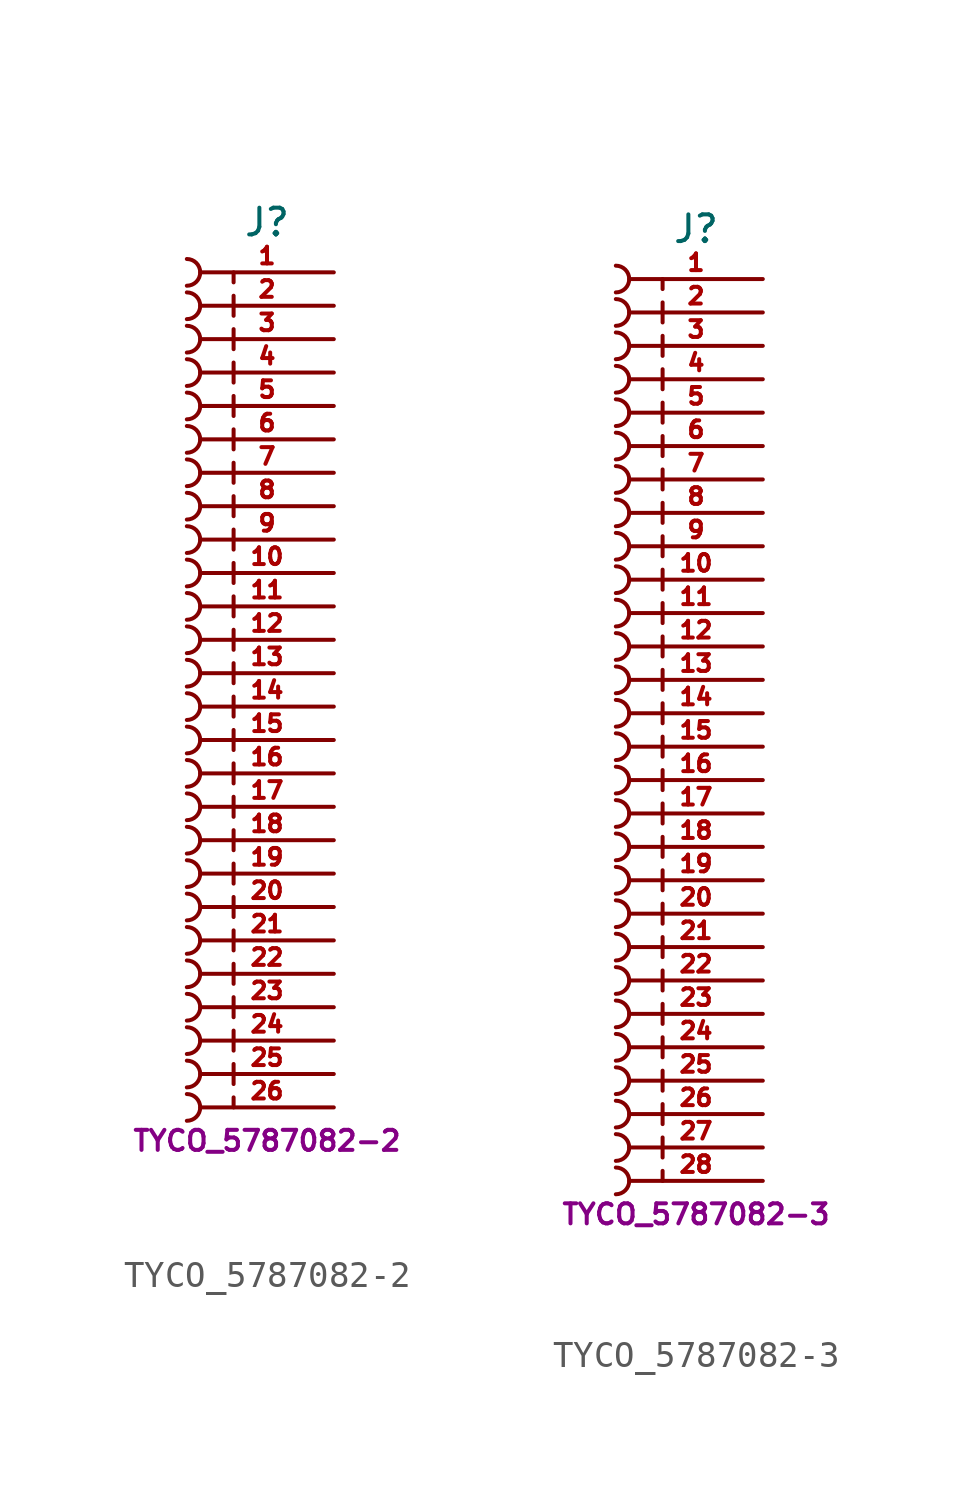
<source format=kicad_sym>
(kicad_symbol_lib
  (version 20211014)
  (generator kicad_symbol_editor)
  (symbol "TYCO_5787082-2"
    (pin_names
      (offset 2.54))
    (property "Reference" "J"
      (at 0 17.145 0)
      (effects (font (size 1.016 1.016))))
    (property "Footprint" ""
      (at 0 -3.81 0)
      (effects (font (size 1.524 1.524))))
    (property "Datasheet" ""
      (at 0 -3.81 0)
      (effects (font (size 1.524 1.524))))
    (property "Unit" "TYCO_5787082-2"
      (at 0 -17.78 0)
      (effects (font (size 0.762 0.762))))
    (symbol "TYCO_5787082-2_0_1"
      (arc (start -3.048 -17.018) (mid -2.54 -16.51) (end -3.048 -16.002) (stroke (width 0) (type default) (color 0 0 0 0)) (fill (type none)))
      (arc (start -3.048 -15.748) (mid -2.54 -15.24) (end -3.048 -14.732) (stroke (width 0) (type default) (color 0 0 0 0)) (fill (type none)))
      (arc (start -3.048 -14.478) (mid -2.54 -13.97) (end -3.048 -13.462) (stroke (width 0) (type default) (color 0 0 0 0)) (fill (type none)))
      (arc (start -3.048 -13.208) (mid -2.54 -12.7) (end -3.048 -12.192) (stroke (width 0) (type default) (color 0 0 0 0)) (fill (type none)))
      (arc (start -3.048 -11.938) (mid -2.54 -11.43) (end -3.048 -10.922) (stroke (width 0) (type default) (color 0 0 0 0)) (fill (type none)))
      (arc (start -3.048 -10.668) (mid -2.54 -10.16) (end -3.048 -9.652) (stroke (width 0) (type default) (color 0 0 0 0)) (fill (type none)))
      (arc (start -3.048 -9.398) (mid -2.54 -8.89) (end -3.048 -8.382) (stroke (width 0) (type default) (color 0 0 0 0)) (fill (type none)))
      (arc (start -3.048 -8.128) (mid -2.54 -7.62) (end -3.048 -7.112) (stroke (width 0) (type default) (color 0 0 0 0)) (fill (type none)))
      (arc (start -3.048 -6.858) (mid -2.54 -6.35) (end -3.048 -5.842) (stroke (width 0) (type default) (color 0 0 0 0)) (fill (type none)))
      (arc (start -3.048 -5.588) (mid -2.54 -5.08) (end -3.048 -4.572) (stroke (width 0) (type default) (color 0 0 0 0)) (fill (type none)))
      (arc (start -3.048 -4.318) (mid -2.54 -3.81) (end -3.048 -3.302) (stroke (width 0) (type default) (color 0 0 0 0)) (fill (type none)))
      (arc (start -3.048 -3.048) (mid -2.54 -2.54) (end -3.048 -2.032) (stroke (width 0) (type default) (color 0 0 0 0)) (fill (type none)))
      (arc (start -3.048 -1.778) (mid -2.54 -1.27) (end -3.048 -0.762) (stroke (width 0) (type default) (color 0 0 0 0)) (fill (type none)))
      (arc (start -3.048 -0.508) (mid -2.54 0) (end -3.048 0.508) (stroke (width 0) (type default) (color 0 0 0 0)) (fill (type none)))
      (arc (start -3.048 0.762) (mid -2.54 1.27) (end -3.048 1.778) (stroke (width 0) (type default) (color 0 0 0 0)) (fill (type none)))
      (arc (start -3.048 2.032) (mid -2.54 2.54) (end -3.048 3.048) (stroke (width 0) (type default) (color 0 0 0 0)) (fill (type none)))
      (arc (start -3.048 3.302) (mid -2.54 3.81) (end -3.048 4.318) (stroke (width 0) (type default) (color 0 0 0 0)) (fill (type none)))
      (arc (start -3.048 4.572) (mid -2.54 5.08) (end -3.048 5.588) (stroke (width 0) (type default) (color 0 0 0 0)) (fill (type none)))
      (arc (start -3.048 5.842) (mid -2.54 6.35) (end -3.048 6.858) (stroke (width 0) (type default) (color 0 0 0 0)) (fill (type none)))
      (arc (start -3.048 7.112) (mid -2.54 7.62) (end -3.048 8.128) (stroke (width 0) (type default) (color 0 0 0 0)) (fill (type none)))
      (arc (start -3.048 8.382) (mid -2.54 8.89) (end -3.048 9.398) (stroke (width 0) (type default) (color 0 0 0 0)) (fill (type none)))
      (arc (start -3.048 9.652) (mid -2.54 10.16) (end -3.048 10.668) (stroke (width 0) (type default) (color 0 0 0 0)) (fill (type none)))
      (arc (start -3.048 10.922) (mid -2.54 11.43) (end -3.048 11.938) (stroke (width 0) (type default) (color 0 0 0 0)) (fill (type none)))
      (arc (start -3.048 12.192) (mid -2.54 12.7) (end -3.048 13.208) (stroke (width 0) (type default) (color 0 0 0 0)) (fill (type none)))
      (arc (start -3.048 13.462) (mid -2.54 13.97) (end -3.048 14.478) (stroke (width 0) (type default) (color 0 0 0 0)) (fill (type none)))
      (arc (start -3.048 14.732) (mid -2.54 15.24) (end -3.048 15.748) (stroke (width 0) (type default) (color 0 0 0 0)) (fill (type none)))
      (polyline (pts (xy -1.27 -16.51) (xy -1.27 -16.129)) (stroke (width 0) (type default) (color 0 0 0 0)) (fill (type none)))
      (polyline (pts (xy -1.27 -15.621) (xy -1.27 -14.859)) (stroke (width 0) (type default) (color 0 0 0 0)) (fill (type none)))
      (polyline (pts (xy -1.27 -14.351) (xy -1.27 -13.589)) (stroke (width 0) (type default) (color 0 0 0 0)) (fill (type none)))
      (polyline (pts (xy -1.27 -13.081) (xy -1.27 -12.319)) (stroke (width 0) (type default) (color 0 0 0 0)) (fill (type none)))
      (polyline (pts (xy -1.27 -11.811) (xy -1.27 -11.049)) (stroke (width 0) (type default) (color 0 0 0 0)) (fill (type none)))
      (polyline (pts (xy -1.27 -10.541) (xy -1.27 -9.779)) (stroke (width 0) (type default) (color 0 0 0 0)) (fill (type none)))
      (polyline (pts (xy -1.27 -9.271) (xy -1.27 -8.509)) (stroke (width 0) (type default) (color 0 0 0 0)) (fill (type none)))
      (polyline (pts (xy -1.27 -8.001) (xy -1.27 -7.239)) (stroke (width 0) (type default) (color 0 0 0 0)) (fill (type none)))
      (polyline (pts (xy -1.27 -6.731) (xy -1.27 -5.969)) (stroke (width 0) (type default) (color 0 0 0 0)) (fill (type none)))
      (polyline (pts (xy -1.27 -5.461) (xy -1.27 -4.699)) (stroke (width 0) (type default) (color 0 0 0 0)) (fill (type none)))
      (polyline (pts (xy -1.27 -4.191) (xy -1.27 -3.429)) (stroke (width 0) (type default) (color 0 0 0 0)) (fill (type none)))
      (polyline (pts (xy -1.27 -2.921) (xy -1.27 -2.159)) (stroke (width 0) (type default) (color 0 0 0 0)) (fill (type none)))
      (polyline (pts (xy -1.27 -1.651) (xy -1.27 -0.889)) (stroke (width 0) (type default) (color 0 0 0 0)) (fill (type none)))
      (polyline (pts (xy -1.27 -0.381) (xy -1.27 0.381)) (stroke (width 0) (type default) (color 0 0 0 0)) (fill (type none)))
      (polyline (pts (xy -1.27 0.889) (xy -1.27 1.651)) (stroke (width 0) (type default) (color 0 0 0 0)) (fill (type none)))
      (polyline (pts (xy -1.27 2.159) (xy -1.27 2.921)) (stroke (width 0) (type default) (color 0 0 0 0)) (fill (type none)))
      (polyline (pts (xy -1.27 3.429) (xy -1.27 4.191)) (stroke (width 0) (type default) (color 0 0 0 0)) (fill (type none)))
      (polyline (pts (xy -1.27 4.699) (xy -1.27 5.461)) (stroke (width 0) (type default) (color 0 0 0 0)) (fill (type none)))
      (polyline (pts (xy -1.27 5.969) (xy -1.27 6.731)) (stroke (width 0) (type default) (color 0 0 0 0)) (fill (type none)))
      (polyline (pts (xy -1.27 7.239) (xy -1.27 8.001)) (stroke (width 0) (type default) (color 0 0 0 0)) (fill (type none)))
      (polyline (pts (xy -1.27 8.509) (xy -1.27 9.271)) (stroke (width 0) (type default) (color 0 0 0 0)) (fill (type none)))
      (polyline (pts (xy -1.27 9.779) (xy -1.27 10.541)) (stroke (width 0) (type default) (color 0 0 0 0)) (fill (type none)))
      (polyline (pts (xy -1.27 11.049) (xy -1.27 11.811)) (stroke (width 0) (type default) (color 0 0 0 0)) (fill (type none)))
      (polyline (pts (xy -1.27 12.319) (xy -1.27 13.081)) (stroke (width 0) (type default) (color 0 0 0 0)) (fill (type none)))
      (polyline (pts (xy -1.27 13.589) (xy -1.27 14.351)) (stroke (width 0) (type default) (color 0 0 0 0)) (fill (type none)))
      (polyline (pts (xy -1.27 15.24) (xy -1.27 14.859)) (stroke (width 0) (type default) (color 0 0 0 0)) (fill (type none))))
    (symbol "TYCO_5787082-2_1_1"
      (pin passive line (at 2.54 15.24 180) (length 5.08) (name "~" (effects (font (size 0.635 0.635)))) (number "1" (effects (font (size 0.635 0.635)))))
      (pin passive line (at 2.54 3.81 180) (length 5.08) (name "~" (effects (font (size 0.635 0.635)))) (number "10" (effects (font (size 0.635 0.635)))))
      (pin passive line (at 2.54 2.54 180) (length 5.08) (name "~" (effects (font (size 0.635 0.635)))) (number "11" (effects (font (size 0.635 0.635)))))
      (pin passive line (at 2.54 1.27 180) (length 5.08) (name "~" (effects (font (size 0.635 0.635)))) (number "12" (effects (font (size 0.635 0.635)))))
      (pin passive line (at 2.54 0 180) (length 5.08) (name "~" (effects (font (size 0.635 0.635)))) (number "13" (effects (font (size 0.635 0.635)))))
      (pin passive line (at 2.54 -1.27 180) (length 5.08) (name "~" (effects (font (size 0.635 0.635)))) (number "14" (effects (font (size 0.635 0.635)))))
      (pin passive line (at 2.54 -2.54 180) (length 5.08) (name "~" (effects (font (size 0.635 0.635)))) (number "15" (effects (font (size 0.635 0.635)))))
      (pin passive line (at 2.54 -3.81 180) (length 5.08) (name "~" (effects (font (size 0.635 0.635)))) (number "16" (effects (font (size 0.635 0.635)))))
      (pin passive line (at 2.54 -5.08 180) (length 5.08) (name "~" (effects (font (size 0.635 0.635)))) (number "17" (effects (font (size 0.635 0.635)))))
      (pin passive line (at 2.54 -6.35 180) (length 5.08) (name "~" (effects (font (size 0.635 0.635)))) (number "18" (effects (font (size 0.635 0.635)))))
      (pin passive line (at 2.54 -7.62 180) (length 5.08) (name "~" (effects (font (size 0.635 0.635)))) (number "19" (effects (font (size 0.635 0.635)))))
      (pin passive line (at 2.54 13.97 180) (length 5.08) (name "~" (effects (font (size 0.635 0.635)))) (number "2" (effects (font (size 0.635 0.635)))))
      (pin passive line (at 2.54 -8.89 180) (length 5.08) (name "~" (effects (font (size 0.635 0.635)))) (number "20" (effects (font (size 0.635 0.635)))))
      (pin passive line (at 2.54 -10.16 180) (length 5.08) (name "~" (effects (font (size 0.635 0.635)))) (number "21" (effects (font (size 0.635 0.635)))))
      (pin passive line (at 2.54 -11.43 180) (length 5.08) (name "~" (effects (font (size 0.635 0.635)))) (number "22" (effects (font (size 0.635 0.635)))))
      (pin passive line (at 2.54 -12.7 180) (length 5.08) (name "~" (effects (font (size 0.635 0.635)))) (number "23" (effects (font (size 0.635 0.635)))))
      (pin passive line (at 2.54 -13.97 180) (length 5.08) (name "~" (effects (font (size 0.635 0.635)))) (number "24" (effects (font (size 0.635 0.635)))))
      (pin passive line (at 2.54 -15.24 180) (length 5.08) (name "~" (effects (font (size 0.635 0.635)))) (number "25" (effects (font (size 0.635 0.635)))))
      (pin passive line (at 2.54 -16.51 180) (length 5.08) (name "~" (effects (font (size 0.635 0.635)))) (number "26" (effects (font (size 0.635 0.635)))))
      (pin passive line (at 2.54 12.7 180) (length 5.08) (name "~" (effects (font (size 0.635 0.635)))) (number "3" (effects (font (size 0.635 0.635)))))
      (pin passive line (at 2.54 11.43 180) (length 5.08) (name "~" (effects (font (size 0.635 0.635)))) (number "4" (effects (font (size 0.635 0.635)))))
      (pin passive line (at 2.54 10.16 180) (length 5.08) (name "~" (effects (font (size 0.635 0.635)))) (number "5" (effects (font (size 0.635 0.635)))))
      (pin passive line (at 2.54 8.89 180) (length 5.08) (name "~" (effects (font (size 0.635 0.635)))) (number "6" (effects (font (size 0.635 0.635)))))
      (pin passive line (at 2.54 7.62 180) (length 5.08) (name "~" (effects (font (size 0.635 0.635)))) (number "7" (effects (font (size 0.635 0.635)))))
      (pin passive line (at 2.54 6.35 180) (length 5.08) (name "~" (effects (font (size 0.635 0.635)))) (number "8" (effects (font (size 0.635 0.635)))))
      (pin passive line (at 2.54 5.08 180) (length 5.08) (name "~" (effects (font (size 0.635 0.635)))) (number "9" (effects (font (size 0.635 0.635)))))))
  (symbol "TYCO_5787082-3"
    (pin_names
      (offset 2.54))
    (property "Reference" "J"
      (at 0 18.415 0)
      (effects (font (size 1.016 1.016))))
    (property "Footprint" ""
      (at 0 -2.54 0)
      (effects (font (size 1.524 1.524))))
    (property "Datasheet" ""
      (at 0 -2.54 0)
      (effects (font (size 1.524 1.524))))
    (property "Unit" "TYCO_5787082-3"
      (at 0 -19.05 0)
      (effects (font (size 0.762 0.762))))
    (symbol "TYCO_5787082-3_0_1"
      (arc (start -3.048 -18.288) (mid -2.54 -17.78) (end -3.048 -17.272) (stroke (width 0) (type default) (color 0 0 0 0)) (fill (type none)))
      (arc (start -3.048 -17.018) (mid -2.54 -16.51) (end -3.048 -16.002) (stroke (width 0) (type default) (color 0 0 0 0)) (fill (type none)))
      (arc (start -3.048 -15.748) (mid -2.54 -15.24) (end -3.048 -14.732) (stroke (width 0) (type default) (color 0 0 0 0)) (fill (type none)))
      (arc (start -3.048 -14.478) (mid -2.54 -13.97) (end -3.048 -13.462) (stroke (width 0) (type default) (color 0 0 0 0)) (fill (type none)))
      (arc (start -3.048 -13.208) (mid -2.54 -12.7) (end -3.048 -12.192) (stroke (width 0) (type default) (color 0 0 0 0)) (fill (type none)))
      (arc (start -3.048 -11.938) (mid -2.54 -11.43) (end -3.048 -10.922) (stroke (width 0) (type default) (color 0 0 0 0)) (fill (type none)))
      (arc (start -3.048 -10.668) (mid -2.54 -10.16) (end -3.048 -9.652) (stroke (width 0) (type default) (color 0 0 0 0)) (fill (type none)))
      (arc (start -3.048 -9.398) (mid -2.54 -8.89) (end -3.048 -8.382) (stroke (width 0) (type default) (color 0 0 0 0)) (fill (type none)))
      (arc (start -3.048 -8.128) (mid -2.54 -7.62) (end -3.048 -7.112) (stroke (width 0) (type default) (color 0 0 0 0)) (fill (type none)))
      (arc (start -3.048 -6.858) (mid -2.54 -6.35) (end -3.048 -5.842) (stroke (width 0) (type default) (color 0 0 0 0)) (fill (type none)))
      (arc (start -3.048 -5.588) (mid -2.54 -5.08) (end -3.048 -4.572) (stroke (width 0) (type default) (color 0 0 0 0)) (fill (type none)))
      (arc (start -3.048 -4.318) (mid -2.54 -3.81) (end -3.048 -3.302) (stroke (width 0) (type default) (color 0 0 0 0)) (fill (type none)))
      (arc (start -3.048 -3.048) (mid -2.54 -2.54) (end -3.048 -2.032) (stroke (width 0) (type default) (color 0 0 0 0)) (fill (type none)))
      (arc (start -3.048 -1.778) (mid -2.54 -1.27) (end -3.048 -0.762) (stroke (width 0) (type default) (color 0 0 0 0)) (fill (type none)))
      (arc (start -3.048 -0.508) (mid -2.54 0) (end -3.048 0.508) (stroke (width 0) (type default) (color 0 0 0 0)) (fill (type none)))
      (arc (start -3.048 0.762) (mid -2.54 1.27) (end -3.048 1.778) (stroke (width 0) (type default) (color 0 0 0 0)) (fill (type none)))
      (arc (start -3.048 2.032) (mid -2.54 2.54) (end -3.048 3.048) (stroke (width 0) (type default) (color 0 0 0 0)) (fill (type none)))
      (arc (start -3.048 3.302) (mid -2.54 3.81) (end -3.048 4.318) (stroke (width 0) (type default) (color 0 0 0 0)) (fill (type none)))
      (arc (start -3.048 4.572) (mid -2.54 5.08) (end -3.048 5.588) (stroke (width 0) (type default) (color 0 0 0 0)) (fill (type none)))
      (arc (start -3.048 5.842) (mid -2.54 6.35) (end -3.048 6.858) (stroke (width 0) (type default) (color 0 0 0 0)) (fill (type none)))
      (arc (start -3.048 7.112) (mid -2.54 7.62) (end -3.048 8.128) (stroke (width 0) (type default) (color 0 0 0 0)) (fill (type none)))
      (arc (start -3.048 8.382) (mid -2.54 8.89) (end -3.048 9.398) (stroke (width 0) (type default) (color 0 0 0 0)) (fill (type none)))
      (arc (start -3.048 9.652) (mid -2.54 10.16) (end -3.048 10.668) (stroke (width 0) (type default) (color 0 0 0 0)) (fill (type none)))
      (arc (start -3.048 10.922) (mid -2.54 11.43) (end -3.048 11.938) (stroke (width 0) (type default) (color 0 0 0 0)) (fill (type none)))
      (arc (start -3.048 12.192) (mid -2.54 12.7) (end -3.048 13.208) (stroke (width 0) (type default) (color 0 0 0 0)) (fill (type none)))
      (arc (start -3.048 13.462) (mid -2.54 13.97) (end -3.048 14.478) (stroke (width 0) (type default) (color 0 0 0 0)) (fill (type none)))
      (arc (start -3.048 14.732) (mid -2.54 15.24) (end -3.048 15.748) (stroke (width 0) (type default) (color 0 0 0 0)) (fill (type none)))
      (arc (start -3.048 16.002) (mid -2.54 16.51) (end -3.048 17.018) (stroke (width 0) (type default) (color 0 0 0 0)) (fill (type none)))
      (polyline (pts (xy -1.27 -17.78) (xy -1.27 -17.399)) (stroke (width 0) (type default) (color 0 0 0 0)) (fill (type none)))
      (polyline (pts (xy -1.27 -16.891) (xy -1.27 -16.129)) (stroke (width 0) (type default) (color 0 0 0 0)) (fill (type none)))
      (polyline (pts (xy -1.27 -15.621) (xy -1.27 -14.859)) (stroke (width 0) (type default) (color 0 0 0 0)) (fill (type none)))
      (polyline (pts (xy -1.27 -14.351) (xy -1.27 -13.589)) (stroke (width 0) (type default) (color 0 0 0 0)) (fill (type none)))
      (polyline (pts (xy -1.27 -13.081) (xy -1.27 -12.319)) (stroke (width 0) (type default) (color 0 0 0 0)) (fill (type none)))
      (polyline (pts (xy -1.27 -11.811) (xy -1.27 -11.049)) (stroke (width 0) (type default) (color 0 0 0 0)) (fill (type none)))
      (polyline (pts (xy -1.27 -10.541) (xy -1.27 -9.779)) (stroke (width 0) (type default) (color 0 0 0 0)) (fill (type none)))
      (polyline (pts (xy -1.27 -9.271) (xy -1.27 -8.509)) (stroke (width 0) (type default) (color 0 0 0 0)) (fill (type none)))
      (polyline (pts (xy -1.27 -8.001) (xy -1.27 -7.239)) (stroke (width 0) (type default) (color 0 0 0 0)) (fill (type none)))
      (polyline (pts (xy -1.27 -6.731) (xy -1.27 -5.969)) (stroke (width 0) (type default) (color 0 0 0 0)) (fill (type none)))
      (polyline (pts (xy -1.27 -5.461) (xy -1.27 -4.699)) (stroke (width 0) (type default) (color 0 0 0 0)) (fill (type none)))
      (polyline (pts (xy -1.27 -4.191) (xy -1.27 -3.429)) (stroke (width 0) (type default) (color 0 0 0 0)) (fill (type none)))
      (polyline (pts (xy -1.27 -2.921) (xy -1.27 -2.159)) (stroke (width 0) (type default) (color 0 0 0 0)) (fill (type none)))
      (polyline (pts (xy -1.27 -1.651) (xy -1.27 -0.889)) (stroke (width 0) (type default) (color 0 0 0 0)) (fill (type none)))
      (polyline (pts (xy -1.27 -0.381) (xy -1.27 0.381)) (stroke (width 0) (type default) (color 0 0 0 0)) (fill (type none)))
      (polyline (pts (xy -1.27 0.889) (xy -1.27 1.651)) (stroke (width 0) (type default) (color 0 0 0 0)) (fill (type none)))
      (polyline (pts (xy -1.27 2.159) (xy -1.27 2.921)) (stroke (width 0) (type default) (color 0 0 0 0)) (fill (type none)))
      (polyline (pts (xy -1.27 3.429) (xy -1.27 4.191)) (stroke (width 0) (type default) (color 0 0 0 0)) (fill (type none)))
      (polyline (pts (xy -1.27 4.699) (xy -1.27 5.461)) (stroke (width 0) (type default) (color 0 0 0 0)) (fill (type none)))
      (polyline (pts (xy -1.27 5.969) (xy -1.27 6.731)) (stroke (width 0) (type default) (color 0 0 0 0)) (fill (type none)))
      (polyline (pts (xy -1.27 7.239) (xy -1.27 8.001)) (stroke (width 0) (type default) (color 0 0 0 0)) (fill (type none)))
      (polyline (pts (xy -1.27 8.509) (xy -1.27 9.271)) (stroke (width 0) (type default) (color 0 0 0 0)) (fill (type none)))
      (polyline (pts (xy -1.27 9.779) (xy -1.27 10.541)) (stroke (width 0) (type default) (color 0 0 0 0)) (fill (type none)))
      (polyline (pts (xy -1.27 11.049) (xy -1.27 11.811)) (stroke (width 0) (type default) (color 0 0 0 0)) (fill (type none)))
      (polyline (pts (xy -1.27 12.319) (xy -1.27 13.081)) (stroke (width 0) (type default) (color 0 0 0 0)) (fill (type none)))
      (polyline (pts (xy -1.27 13.589) (xy -1.27 14.351)) (stroke (width 0) (type default) (color 0 0 0 0)) (fill (type none)))
      (polyline (pts (xy -1.27 14.859) (xy -1.27 15.621)) (stroke (width 0) (type default) (color 0 0 0 0)) (fill (type none)))
      (polyline (pts (xy -1.27 16.51) (xy -1.27 16.129)) (stroke (width 0) (type default) (color 0 0 0 0)) (fill (type none))))
    (symbol "TYCO_5787082-3_1_1"
      (pin passive line (at 2.54 16.51 180) (length 5.08) (name "~" (effects (font (size 0.635 0.635)))) (number "1" (effects (font (size 0.635 0.635)))))
      (pin passive line (at 2.54 5.08 180) (length 5.08) (name "~" (effects (font (size 0.635 0.635)))) (number "10" (effects (font (size 0.635 0.635)))))
      (pin passive line (at 2.54 3.81 180) (length 5.08) (name "~" (effects (font (size 0.635 0.635)))) (number "11" (effects (font (size 0.635 0.635)))))
      (pin passive line (at 2.54 2.54 180) (length 5.08) (name "~" (effects (font (size 0.635 0.635)))) (number "12" (effects (font (size 0.635 0.635)))))
      (pin passive line (at 2.54 1.27 180) (length 5.08) (name "~" (effects (font (size 0.635 0.635)))) (number "13" (effects (font (size 0.635 0.635)))))
      (pin passive line (at 2.54 0 180) (length 5.08) (name "~" (effects (font (size 0.635 0.635)))) (number "14" (effects (font (size 0.635 0.635)))))
      (pin passive line (at 2.54 -1.27 180) (length 5.08) (name "~" (effects (font (size 0.635 0.635)))) (number "15" (effects (font (size 0.635 0.635)))))
      (pin passive line (at 2.54 -2.54 180) (length 5.08) (name "~" (effects (font (size 0.635 0.635)))) (number "16" (effects (font (size 0.635 0.635)))))
      (pin passive line (at 2.54 -3.81 180) (length 5.08) (name "~" (effects (font (size 0.635 0.635)))) (number "17" (effects (font (size 0.635 0.635)))))
      (pin passive line (at 2.54 -5.08 180) (length 5.08) (name "~" (effects (font (size 0.635 0.635)))) (number "18" (effects (font (size 0.635 0.635)))))
      (pin passive line (at 2.54 -6.35 180) (length 5.08) (name "~" (effects (font (size 0.635 0.635)))) (number "19" (effects (font (size 0.635 0.635)))))
      (pin passive line (at 2.54 15.24 180) (length 5.08) (name "~" (effects (font (size 0.635 0.635)))) (number "2" (effects (font (size 0.635 0.635)))))
      (pin passive line (at 2.54 -7.62 180) (length 5.08) (name "~" (effects (font (size 0.635 0.635)))) (number "20" (effects (font (size 0.635 0.635)))))
      (pin passive line (at 2.54 -8.89 180) (length 5.08) (name "~" (effects (font (size 0.635 0.635)))) (number "21" (effects (font (size 0.635 0.635)))))
      (pin passive line (at 2.54 -10.16 180) (length 5.08) (name "~" (effects (font (size 0.635 0.635)))) (number "22" (effects (font (size 0.635 0.635)))))
      (pin passive line (at 2.54 -11.43 180) (length 5.08) (name "~" (effects (font (size 0.635 0.635)))) (number "23" (effects (font (size 0.635 0.635)))))
      (pin passive line (at 2.54 -12.7 180) (length 5.08) (name "~" (effects (font (size 0.635 0.635)))) (number "24" (effects (font (size 0.635 0.635)))))
      (pin passive line (at 2.54 -13.97 180) (length 5.08) (name "~" (effects (font (size 0.635 0.635)))) (number "25" (effects (font (size 0.635 0.635)))))
      (pin passive line (at 2.54 -15.24 180) (length 5.08) (name "~" (effects (font (size 0.635 0.635)))) (number "26" (effects (font (size 0.635 0.635)))))
      (pin passive line (at 2.54 -16.51 180) (length 5.08) (name "~" (effects (font (size 0.635 0.635)))) (number "27" (effects (font (size 0.635 0.635)))))
      (pin passive line (at 2.54 -17.78 180) (length 5.08) (name "~" (effects (font (size 0.635 0.635)))) (number "28" (effects (font (size 0.635 0.635)))))
      (pin passive line (at 2.54 13.97 180) (length 5.08) (name "~" (effects (font (size 0.635 0.635)))) (number "3" (effects (font (size 0.635 0.635)))))
      (pin passive line (at 2.54 12.7 180) (length 5.08) (name "~" (effects (font (size 0.635 0.635)))) (number "4" (effects (font (size 0.635 0.635)))))
      (pin passive line (at 2.54 11.43 180) (length 5.08) (name "~" (effects (font (size 0.635 0.635)))) (number "5" (effects (font (size 0.635 0.635)))))
      (pin passive line (at 2.54 10.16 180) (length 5.08) (name "~" (effects (font (size 0.635 0.635)))) (number "6" (effects (font (size 0.635 0.635)))))
      (pin passive line (at 2.54 8.89 180) (length 5.08) (name "~" (effects (font (size 0.635 0.635)))) (number "7" (effects (font (size 0.635 0.635)))))
      (pin passive line (at 2.54 7.62 180) (length 5.08) (name "~" (effects (font (size 0.635 0.635)))) (number "8" (effects (font (size 0.635 0.635)))))
      (pin passive line (at 2.54 6.35 180) (length 5.08) (name "~" (effects (font (size 0.635 0.635)))) (number "9" (effects (font (size 0.635 0.635))))))))
</source>
